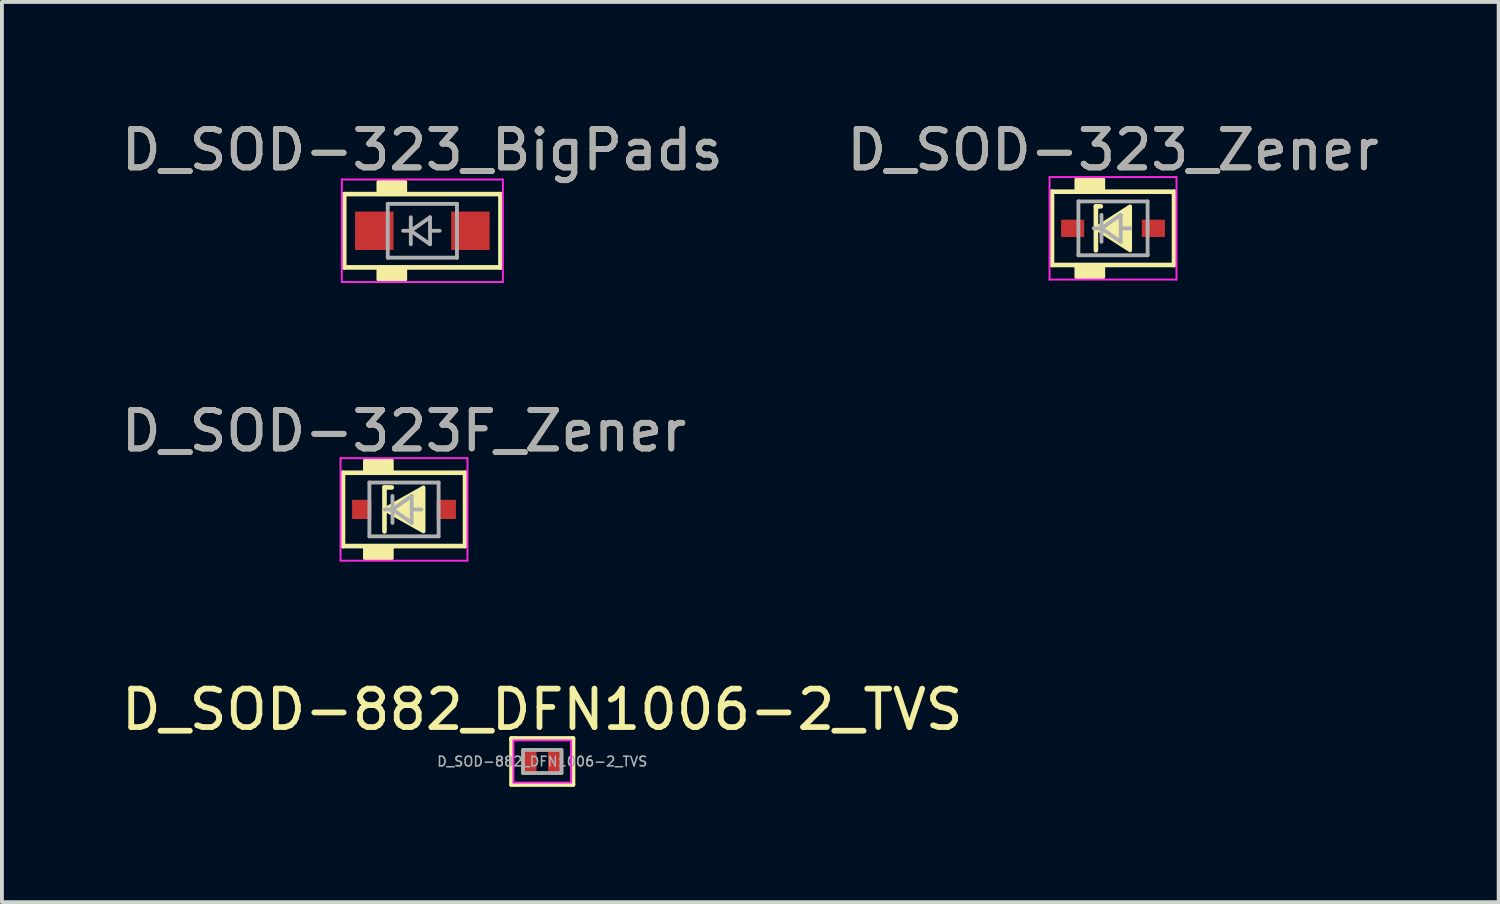
<source format=kicad_pcb>
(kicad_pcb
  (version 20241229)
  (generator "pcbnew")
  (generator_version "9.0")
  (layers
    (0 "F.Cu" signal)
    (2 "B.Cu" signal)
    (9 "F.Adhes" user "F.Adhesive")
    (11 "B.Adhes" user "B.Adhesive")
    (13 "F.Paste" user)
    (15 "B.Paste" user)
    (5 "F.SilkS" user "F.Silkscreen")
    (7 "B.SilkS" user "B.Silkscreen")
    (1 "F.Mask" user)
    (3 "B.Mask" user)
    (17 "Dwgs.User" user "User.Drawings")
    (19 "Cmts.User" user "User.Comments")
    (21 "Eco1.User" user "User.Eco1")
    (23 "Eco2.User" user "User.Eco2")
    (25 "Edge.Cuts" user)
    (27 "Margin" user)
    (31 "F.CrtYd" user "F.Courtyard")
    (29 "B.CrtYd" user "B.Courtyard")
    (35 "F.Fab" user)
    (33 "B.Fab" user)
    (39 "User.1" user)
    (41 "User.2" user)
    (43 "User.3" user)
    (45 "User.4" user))
  (footprint "D_SOD-323F_Zener"
    (layer "F.Cu")
    (at 7.458 10.2)
    (property "Reference" "D_SOD-323F_Zener" (at 0 -2.041 0) (layer "F.SilkS") (effects (font (size 1 1) (thickness 0.15))))
    (attr smd)
    (fp_line (start -1.587 -0.953) (end -1.587 0.953) (stroke (width 0.12) (type solid)) (layer "F.SilkS"))
    (fp_line (start -1.587 0.953) (end 1.587 0.953) (stroke (width 0.12) (type solid)) (layer "F.SilkS"))
    (fp_line (start -0.508 -0.572) (end -0.508 0.572) (stroke (width 0.12) (type solid)) (layer "F.SilkS"))
    (fp_line (start -0.508 -0.572) (end -0.318 -0.572) (stroke (width 0.12) (type solid)) (layer "F.SilkS"))
    (fp_line (start 1.587 -0.953) (end -1.587 -0.953) (stroke (width 0.12) (type solid)) (layer "F.SilkS"))
    (fp_line (start 1.587 0.953) (end 1.587 -0.953) (stroke (width 0.12) (type solid)) (layer "F.SilkS"))
    (fp_poly (pts (xy 0.508 0.572) (xy -0.508 0) (xy 0.508 -0.572)) (stroke (width 0.1) (type solid)) (fill yes) (layer "F.SilkS"))
    (fp_poly (pts (xy -0.318 -0.953) (xy -1.016 -0.953) (xy -1.016 -1.27) (xy -0.318 -1.27)) (stroke (width 0.1) (type solid)) (fill yes) (layer "F.SilkS"))
    (fp_poly (pts (xy -0.318 1.27) (xy -1.016 1.27) (xy -1.016 0.953) (xy -0.318 0.953)) (stroke (width 0.1) (type solid)) (fill yes) (layer "F.SilkS"))
    (fp_line (start -1.651 -1.333) (end -1.651 1.333) (stroke (width 0.05) (type solid)) (layer "F.CrtYd"))
    (fp_line (start -1.651 -1.333) (end 1.651 -1.333) (stroke (width 0.05) (type solid)) (layer "F.CrtYd"))
    (fp_line (start -1.651 1.333) (end 1.651 1.333) (stroke (width 0.05) (type solid)) (layer "F.CrtYd"))
    (fp_line (start 1.651 -1.333) (end 1.651 1.333) (stroke (width 0.05) (type solid)) (layer "F.CrtYd"))
    (fp_line (start -0.9 -0.7) (end 0.9 -0.7) (stroke (width 0.1) (type solid)) (layer "F.Fab"))
    (fp_line (start -0.9 0.7) (end -0.9 -0.7) (stroke (width 0.1) (type solid)) (layer "F.Fab"))
    (fp_line (start -0.3 -0.35) (end -0.3 0.35) (stroke (width 0.1) (type solid)) (layer "F.Fab"))
    (fp_line (start -0.3 0) (end -0.5 0) (stroke (width 0.1) (type solid)) (layer "F.Fab"))
    (fp_line (start -0.3 0) (end 0.2 -0.35) (stroke (width 0.1) (type solid)) (layer "F.Fab"))
    (fp_line (start 0.2 -0.35) (end 0.2 0.35) (stroke (width 0.1) (type solid)) (layer "F.Fab"))
    (fp_line (start 0.2 0) (end 0.45 0) (stroke (width 0.1) (type solid)) (layer "F.Fab"))
    (fp_line (start 0.2 0.35) (end -0.3 0) (stroke (width 0.1) (type solid)) (layer "F.Fab"))
    (fp_line (start 0.9 -0.7) (end 0.9 0.7) (stroke (width 0.1) (type solid)) (layer "F.Fab"))
    (fp_line (start 0.9 0.7) (end -0.9 0.7) (stroke (width 0.1) (type solid)) (layer "F.Fab"))
    (fp_text user "${REFERENCE}" (at 0 -2.041 0) (layer "F.Fab") (effects (font (size 1 1) (thickness 0.15))))
    (pad "1" smd rect (at -1.1 0) (size 0.5 0.5) (layers "F.Cu" "F.Mask" "F.Paste"))
    (pad "2" smd rect (at 1.1 0) (size 0.5 0.5) (layers "F.Cu" "F.Mask" "F.Paste")))
  (footprint "D_SOD-882_DFN1006-2_TVS"
    (layer "F.Cu")
    (at 11.054 16.756)
    (property "Reference" "D_SOD-882_DFN1006-2_TVS" (at 0 -1.35 0) (unlocked yes) (layer "F.SilkS") (effects (font (size 1 1) (thickness 0.15))))
    (fp_line (start -0.8 -0.6) (end -0.8 -0.575) (stroke (width 0.12) (type solid)) (layer "F.SilkS"))
    (fp_line (start -0.8 -0.575) (end -0.8 0.6) (stroke (width 0.12) (type solid)) (layer "F.SilkS"))
    (fp_line (start -0.8 0.6) (end 0.8 0.6) (stroke (width 0.12) (type solid)) (layer "F.SilkS"))
    (fp_line (start -0.7 -0.6) (end -0.8 -0.6) (stroke (width 0.12) (type solid)) (layer "F.SilkS"))
    (fp_line (start 0.8 -0.6) (end -0.7 -0.6) (stroke (width 0.12) (type solid)) (layer "F.SilkS"))
    (fp_line (start 0.8 0.6) (end 0.8 -0.6) (stroke (width 0.12) (type solid)) (layer "F.SilkS"))
    (fp_rect (start -0.75 -0.55) (end 0.75 0.55) (stroke (width 0.05) (type solid)) (fill no) (layer "F.CrtYd"))
    (fp_line (start -0.5 -0.3) (end -0.5 0) (stroke (width 0.1) (type solid)) (layer "F.Fab"))
    (fp_line (start -0.5 0) (end -0.5 0.3) (stroke (width 0.1) (type solid)) (layer "F.Fab"))
    (fp_line (start 0 -0.3) (end -0.5 -0.3) (stroke (width 0.1) (type solid)) (layer "F.Fab"))
    (fp_line (start 0 -0.3) (end 0.5 -0.3) (stroke (width 0.1) (type solid)) (layer "F.Fab"))
    (fp_line (start 0 0.3) (end -0.5 0.3) (stroke (width 0.1) (type solid)) (layer "F.Fab"))
    (fp_line (start 0.5 -0.3) (end 0.5 0) (stroke (width 0.1) (type solid)) (layer "F.Fab"))
    (fp_line (start 0.5 0) (end 0.5 0.3) (stroke (width 0.1) (type solid)) (layer "F.Fab"))
    (fp_line (start 0.5 0.3) (end 0 0.3) (stroke (width 0.1) (type solid)) (layer "F.Fab"))
    (fp_text user "${REFERENCE}" (at 0 0 0) (layer "F.Fab") (effects (font (size 0.25 0.25) (thickness 0.04))))
    (pad "1" smd roundrect (at -0.35 0) (size 0.4 0.7) (layers "F.Cu" "F.Mask" "F.Paste") (roundrect_rratio 0.25))
    (pad "2" smd roundrect (at 0.35 0) (size 0.4 0.7) (layers "F.Cu" "F.Mask" "F.Paste") (roundrect_rratio 0.25)))
  (footprint "D_SOD-323_BigPads"
    (layer "F.Cu")
    (at 7.935 2.952)
    (property "Reference" "D_SOD-323_BigPads" (at 0 -2.104 0) (layer "F.SilkS") (effects (font (size 1 1) (thickness 0.15))))
    (attr smd)
    (fp_line (start -2.032 -0.953) (end -2.032 0.953) (stroke (width 0.12) (type solid)) (layer "F.SilkS"))
    (fp_line (start -2.032 0.953) (end 2.032 0.953) (stroke (width 0.12) (type solid)) (layer "F.SilkS"))
    (fp_line (start 2.032 -0.953) (end -2.032 -0.953) (stroke (width 0.12) (type solid)) (layer "F.SilkS"))
    (fp_line (start 2.032 0.953) (end 2.032 -0.953) (stroke (width 0.12) (type solid)) (layer "F.SilkS"))
    (fp_poly (pts (xy -0.445 -0.953) (xy -1.143 -0.953) (xy -1.143 -1.27) (xy -0.445 -1.27)) (stroke (width 0.1) (type solid)) (fill yes) (layer "F.SilkS"))
    (fp_poly (pts (xy -0.445 1.27) (xy -1.143 1.27) (xy -1.143 0.953) (xy -0.445 0.953)) (stroke (width 0.1) (type solid)) (fill yes) (layer "F.SilkS"))
    (fp_line (start -2.095 -1.333) (end -2.095 1.333) (stroke (width 0.05) (type solid)) (layer "F.CrtYd"))
    (fp_line (start -2.095 -1.333) (end 2.095 -1.333) (stroke (width 0.05) (type solid)) (layer "F.CrtYd"))
    (fp_line (start -2.095 1.333) (end 2.095 1.333) (stroke (width 0.05) (type solid)) (layer "F.CrtYd"))
    (fp_line (start 2.095 -1.333) (end 2.095 1.333) (stroke (width 0.05) (type solid)) (layer "F.CrtYd"))
    (fp_line (start -0.9 -0.7) (end 0.9 -0.7) (stroke (width 0.1) (type solid)) (layer "F.Fab"))
    (fp_line (start -0.9 0.7) (end -0.9 -0.7) (stroke (width 0.1) (type solid)) (layer "F.Fab"))
    (fp_line (start -0.3 -0.35) (end -0.3 0.35) (stroke (width 0.1) (type solid)) (layer "F.Fab"))
    (fp_line (start -0.3 0) (end -0.5 0) (stroke (width 0.1) (type solid)) (layer "F.Fab"))
    (fp_line (start -0.3 0) (end 0.2 -0.35) (stroke (width 0.1) (type solid)) (layer "F.Fab"))
    (fp_line (start 0.2 -0.35) (end 0.2 0.35) (stroke (width 0.1) (type solid)) (layer "F.Fab"))
    (fp_line (start 0.2 0) (end 0.45 0) (stroke (width 0.1) (type solid)) (layer "F.Fab"))
    (fp_line (start 0.2 0.35) (end -0.3 0) (stroke (width 0.1) (type solid)) (layer "F.Fab"))
    (fp_line (start 0.9 -0.7) (end 0.9 0.7) (stroke (width 0.1) (type solid)) (layer "F.Fab"))
    (fp_line (start 0.9 0.7) (end -0.9 0.7) (stroke (width 0.1) (type solid)) (layer "F.Fab"))
    (fp_text user "${REFERENCE}" (at 0 -2.104 0) (layer "F.Fab") (effects (font (size 1 1) (thickness 0.15))))
    (pad "1" smd rect (at -1.25 0) (size 1 1) (layers "F.Cu" "F.Mask" "F.Paste"))
    (pad "2" smd rect (at 1.25 0) (size 1 1) (layers "F.Cu" "F.Mask" "F.Paste")))
  (footprint "D_SOD-323_Zener"
    (layer "F.Cu")
    (at 25.899 2.889)
    (property "Reference" "D_SOD-323_Zener" (at 0 -2.041 0) (layer "F.SilkS") (effects (font (size 1 1) (thickness 0.15))))
    (attr smd)
    (fp_line (start -1.587 -0.953) (end -1.587 0.953) (stroke (width 0.12) (type solid)) (layer "F.SilkS"))
    (fp_line (start -1.587 0.953) (end 1.587 0.953) (stroke (width 0.12) (type solid)) (layer "F.SilkS"))
    (fp_line (start -0.445 -0.572) (end -0.445 0.572) (stroke (width 0.12) (type solid)) (layer "F.SilkS"))
    (fp_line (start -0.445 -0.572) (end -0.318 -0.572) (stroke (width 0.12) (type solid)) (layer "F.SilkS"))
    (fp_line (start 1.587 -0.953) (end -1.587 -0.953) (stroke (width 0.12) (type solid)) (layer "F.SilkS"))
    (fp_line (start 1.587 -0.889) (end 1.587 -0.953) (stroke (width 0.12) (type solid)) (layer "F.SilkS"))
    (fp_line (start 1.587 0.953) (end 1.587 -0.889) (stroke (width 0.12) (type solid)) (layer "F.SilkS"))
    (fp_poly (pts (xy 0.445 0.572) (xy -0.445 0) (xy 0.445 -0.572)) (stroke (width 0.1) (type solid)) (fill yes) (layer "F.SilkS"))
    (fp_poly (pts (xy -0.254 -0.953) (xy -0.953 -0.953) (xy -0.953 -1.27) (xy -0.254 -1.27)) (stroke (width 0.1) (type solid)) (fill yes) (layer "F.SilkS"))
    (fp_poly (pts (xy -0.254 1.27) (xy -0.953 1.27) (xy -0.953 0.953) (xy -0.254 0.953)) (stroke (width 0.1) (type solid)) (fill yes) (layer "F.SilkS"))
    (fp_line (start -1.651 -1.333) (end -1.651 1.333) (stroke (width 0.05) (type solid)) (layer "F.CrtYd"))
    (fp_line (start -1.651 -1.333) (end 1.651 -1.333) (stroke (width 0.05) (type solid)) (layer "F.CrtYd"))
    (fp_line (start -1.651 1.333) (end 1.651 1.333) (stroke (width 0.05) (type solid)) (layer "F.CrtYd"))
    (fp_line (start 1.651 -1.333) (end 1.651 1.333) (stroke (width 0.05) (type solid)) (layer "F.CrtYd"))
    (fp_line (start -0.9 -0.7) (end 0.9 -0.7) (stroke (width 0.1) (type solid)) (layer "F.Fab"))
    (fp_line (start -0.9 0.7) (end -0.9 -0.7) (stroke (width 0.1) (type solid)) (layer "F.Fab"))
    (fp_line (start -0.3 -0.35) (end -0.3 0.35) (stroke (width 0.1) (type solid)) (layer "F.Fab"))
    (fp_line (start -0.3 0) (end -0.5 0) (stroke (width 0.1) (type solid)) (layer "F.Fab"))
    (fp_line (start -0.3 0) (end 0.2 -0.35) (stroke (width 0.1) (type solid)) (layer "F.Fab"))
    (fp_line (start 0.2 -0.35) (end 0.2 0.35) (stroke (width 0.1) (type solid)) (layer "F.Fab"))
    (fp_line (start 0.2 0) (end 0.45 0) (stroke (width 0.1) (type solid)) (layer "F.Fab"))
    (fp_line (start 0.2 0.35) (end -0.3 0) (stroke (width 0.1) (type solid)) (layer "F.Fab"))
    (fp_line (start 0.9 -0.7) (end 0.9 0.7) (stroke (width 0.1) (type solid)) (layer "F.Fab"))
    (fp_line (start 0.9 0.7) (end -0.9 0.7) (stroke (width 0.1) (type solid)) (layer "F.Fab"))
    (fp_text user "${REFERENCE}" (at 0 -2.041 0) (layer "F.Fab") (effects (font (size 1 1) (thickness 0.15))))
    (pad "1" smd rect (at -1.05 0) (size 0.6 0.45) (layers "F.Cu" "F.Mask" "F.Paste"))
    (pad "2" smd rect (at 1.05 0) (size 0.6 0.45) (layers "F.Cu" "F.Mask" "F.Paste")))
  (gr_rect
    (start -3 -3)
    (end 35.929 20.416)
    (stroke (width 0.1) (type default))
    (fill no)
    (layer "Edge.Cuts")))
</source>
